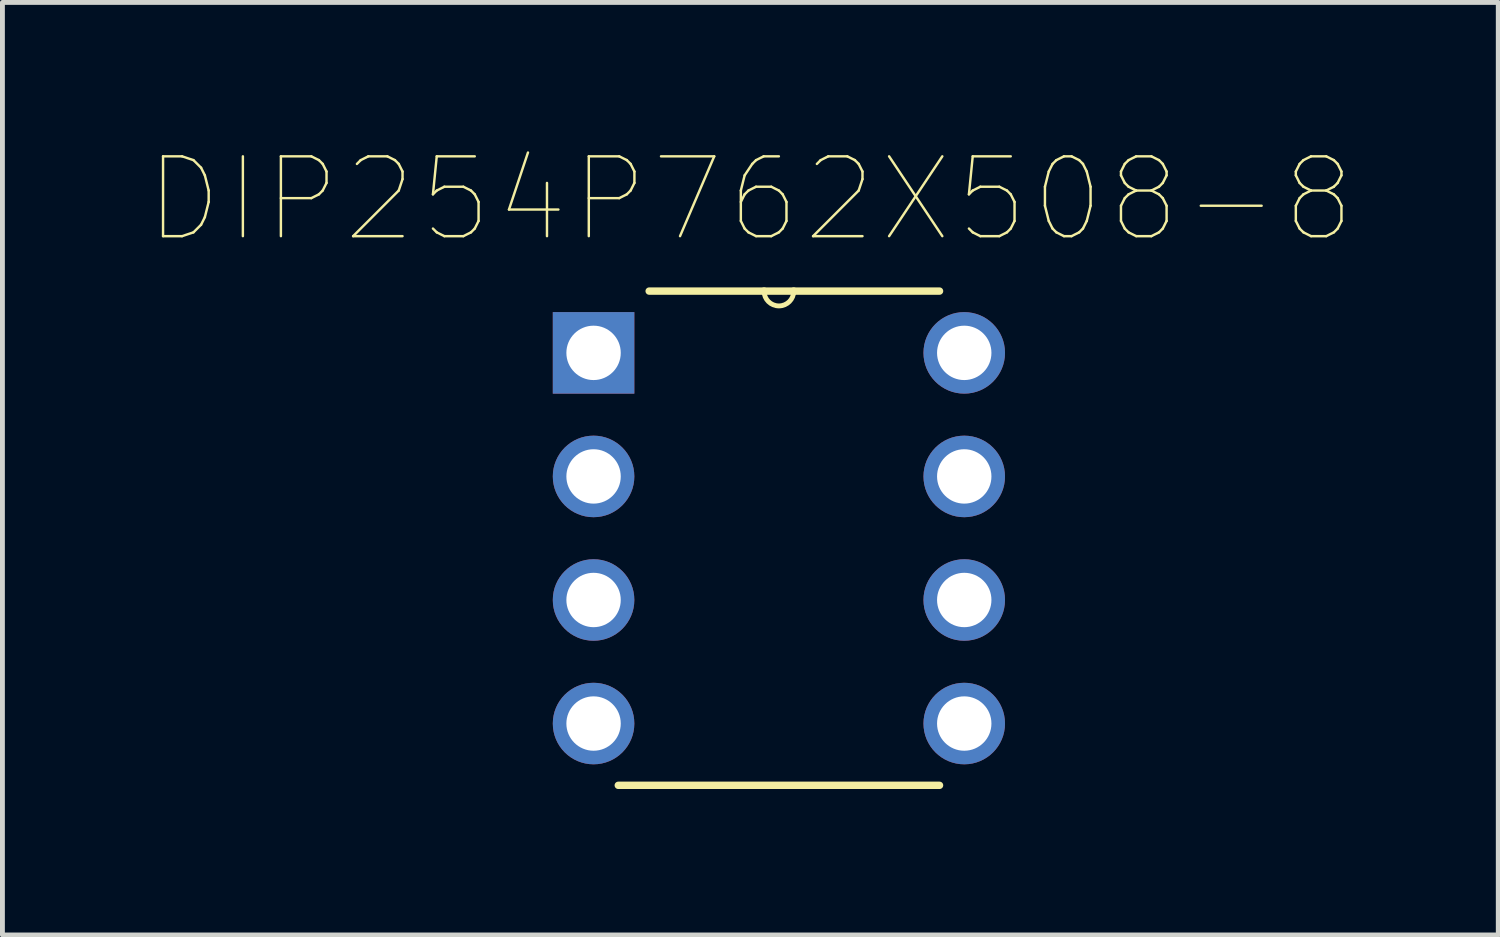
<source format=kicad_pcb>
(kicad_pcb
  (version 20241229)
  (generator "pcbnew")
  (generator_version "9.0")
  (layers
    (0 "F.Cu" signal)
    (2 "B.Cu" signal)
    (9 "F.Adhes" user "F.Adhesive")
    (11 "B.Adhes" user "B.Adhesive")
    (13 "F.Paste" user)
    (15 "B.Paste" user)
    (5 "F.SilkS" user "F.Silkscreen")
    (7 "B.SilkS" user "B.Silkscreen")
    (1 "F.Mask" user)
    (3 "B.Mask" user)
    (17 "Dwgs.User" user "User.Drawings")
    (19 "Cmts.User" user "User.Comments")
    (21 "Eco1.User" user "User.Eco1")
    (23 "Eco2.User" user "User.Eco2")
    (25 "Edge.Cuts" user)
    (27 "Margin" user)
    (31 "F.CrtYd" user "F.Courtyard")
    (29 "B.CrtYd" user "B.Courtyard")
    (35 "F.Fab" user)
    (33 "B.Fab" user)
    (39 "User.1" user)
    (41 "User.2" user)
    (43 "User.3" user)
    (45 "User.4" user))
  (footprint "DIP254P762X508-8"
    (layer "F.Cu")
    (at 16.772 11.824)
    (property "Reference" "DIP254P762X508-8" (at -4.397 -10.776 0) (layer "F.SilkS") (effects (font (size 1.641 1.641) (thickness 0.05))))
    (attr through_hole)
    (fp_line (start -7.112 1.27) (end -0.508 1.27) (stroke (width 0.152) (type solid)) (layer "F.SilkS"))
    (fp_line (start -4.115 -8.89) (end -6.477 -8.89) (stroke (width 0.152) (type solid)) (layer "F.SilkS"))
    (fp_line (start -3.505 -8.89) (end -4.115 -8.89) (stroke (width 0.152) (type solid)) (layer "F.SilkS"))
    (fp_line (start -0.508 -8.89) (end -3.505 -8.89) (stroke (width 0.152) (type solid)) (layer "F.SilkS"))
    (fp_arc (start -3.5052 -8.89) (mid -3.81 -8.5852) (end -4.1148 -8.89) (stroke (width 0.1) (type solid)) (layer "F.SilkS"))
    (fp_line (start -8.179 -8.179) (end -8.179 -7.061) (stroke (width 0.152) (type solid)) (layer "Eco2.User"))
    (fp_line (start -8.179 -7.061) (end -7.112 -7.061) (stroke (width 0.152) (type solid)) (layer "Eco2.User"))
    (fp_line (start -8.179 -5.639) (end -8.179 -4.521) (stroke (width 0.152) (type solid)) (layer "Eco2.User"))
    (fp_line (start -8.179 -4.521) (end -7.112 -4.521) (stroke (width 0.152) (type solid)) (layer "Eco2.User"))
    (fp_line (start -8.179 -3.099) (end -8.179 -1.981) (stroke (width 0.152) (type solid)) (layer "Eco2.User"))
    (fp_line (start -8.179 -1.981) (end -7.112 -1.981) (stroke (width 0.152) (type solid)) (layer "Eco2.User"))
    (fp_line (start -8.179 -0.559) (end -8.179 0.559) (stroke (width 0.152) (type solid)) (layer "Eco2.User"))
    (fp_line (start -8.179 0.559) (end -7.112 0.559) (stroke (width 0.152) (type solid)) (layer "Eco2.User"))
    (fp_line (start -7.112 -8.89) (end -7.112 1.27) (stroke (width 0.152) (type solid)) (layer "Eco2.User"))
    (fp_line (start -7.112 -8.179) (end -8.179 -8.179) (stroke (width 0.152) (type solid)) (layer "Eco2.User"))
    (fp_line (start -7.112 -7.061) (end -7.112 -8.179) (stroke (width 0.152) (type solid)) (layer "Eco2.User"))
    (fp_line (start -7.112 -5.639) (end -8.179 -5.639) (stroke (width 0.152) (type solid)) (layer "Eco2.User"))
    (fp_line (start -7.112 -4.521) (end -7.112 -5.639) (stroke (width 0.152) (type solid)) (layer "Eco2.User"))
    (fp_line (start -7.112 -3.099) (end -8.179 -3.099) (stroke (width 0.152) (type solid)) (layer "Eco2.User"))
    (fp_line (start -7.112 -1.981) (end -7.112 -3.099) (stroke (width 0.152) (type solid)) (layer "Eco2.User"))
    (fp_line (start -7.112 -0.559) (end -8.179 -0.559) (stroke (width 0.152) (type solid)) (layer "Eco2.User"))
    (fp_line (start -7.112 0.559) (end -7.112 -0.559) (stroke (width 0.152) (type solid)) (layer "Eco2.User"))
    (fp_line (start -7.112 1.27) (end -0.508 1.27) (stroke (width 0.152) (type solid)) (layer "Eco2.User"))
    (fp_line (start -4.115 -8.89) (end -7.112 -8.89) (stroke (width 0.152) (type solid)) (layer "Eco2.User"))
    (fp_line (start -3.505 -8.89) (end -4.115 -8.89) (stroke (width 0.152) (type solid)) (layer "Eco2.User"))
    (fp_line (start -0.508 -8.89) (end -3.505 -8.89) (stroke (width 0.152) (type solid)) (layer "Eco2.User"))
    (fp_line (start -0.508 -8.179) (end -0.508 -7.061) (stroke (width 0.152) (type solid)) (layer "Eco2.User"))
    (fp_line (start -0.508 -7.061) (end 0.559 -7.061) (stroke (width 0.152) (type solid)) (layer "Eco2.User"))
    (fp_line (start -0.508 -5.639) (end -0.508 -4.521) (stroke (width 0.152) (type solid)) (layer "Eco2.User"))
    (fp_line (start -0.508 -4.521) (end 0.559 -4.521) (stroke (width 0.152) (type solid)) (layer "Eco2.User"))
    (fp_line (start -0.508 -3.099) (end -0.508 -1.981) (stroke (width 0.152) (type solid)) (layer "Eco2.User"))
    (fp_line (start -0.508 -1.981) (end 0.559 -1.981) (stroke (width 0.152) (type solid)) (layer "Eco2.User"))
    (fp_line (start -0.508 -0.559) (end -0.508 0.559) (stroke (width 0.152) (type solid)) (layer "Eco2.User"))
    (fp_line (start -0.508 0.559) (end 0.559 0.559) (stroke (width 0.152) (type solid)) (layer "Eco2.User"))
    (fp_line (start -0.508 1.27) (end -0.508 -8.89) (stroke (width 0.152) (type solid)) (layer "Eco2.User"))
    (fp_line (start 0.559 -8.179) (end -0.508 -8.179) (stroke (width 0.152) (type solid)) (layer "Eco2.User"))
    (fp_line (start 0.559 -7.061) (end 0.559 -8.179) (stroke (width 0.152) (type solid)) (layer "Eco2.User"))
    (fp_line (start 0.559 -5.639) (end -0.508 -5.639) (stroke (width 0.152) (type solid)) (layer "Eco2.User"))
    (fp_line (start 0.559 -4.521) (end 0.559 -5.639) (stroke (width 0.152) (type solid)) (layer "Eco2.User"))
    (fp_line (start 0.559 -3.099) (end -0.508 -3.099) (stroke (width 0.152) (type solid)) (layer "Eco2.User"))
    (fp_line (start 0.559 -1.981) (end 0.559 -3.099) (stroke (width 0.152) (type solid)) (layer "Eco2.User"))
    (fp_line (start 0.559 -0.559) (end -0.508 -0.559) (stroke (width 0.152) (type solid)) (layer "Eco2.User"))
    (fp_line (start 0.559 0.559) (end 0.559 -0.559) (stroke (width 0.152) (type solid)) (layer "Eco2.User"))
    (fp_arc (start -3.5052 -8.89) (mid -3.81 -8.5852) (end -4.1148 -8.89) (stroke (width 0.1) (type solid)) (layer "Eco2.User"))
    (pad "1" thru_hole rect (at -7.62 -7.62) (size 1.676 1.676) (drill 1.118) (layers "*.Cu" "*.Mask"))
    (pad "2" thru_hole circle (at -7.62 -5.08) (size 1.676 1.676) (drill 1.118) (layers "*.Cu" "*.Mask"))
    (pad "3" thru_hole circle (at -7.62 -2.54) (size 1.676 1.676) (drill 1.118) (layers "*.Cu" "*.Mask"))
    (pad "4" thru_hole circle (at -7.62 0) (size 1.676 1.676) (drill 1.118) (layers "*.Cu" "*.Mask"))
    (pad "5" thru_hole circle (at 0 0) (size 1.676 1.676) (drill 1.118) (layers "*.Cu" "*.Mask"))
    (pad "6" thru_hole circle (at 0 -2.54) (size 1.676 1.676) (drill 1.118) (layers "*.Cu" "*.Mask"))
    (pad "7" thru_hole circle (at 0 -5.08) (size 1.676 1.676) (drill 1.118) (layers "*.Cu" "*.Mask"))
    (pad "8" thru_hole circle (at 0 -7.62) (size 1.676 1.676) (drill 1.118) (layers "*.Cu" "*.Mask")))
  (gr_rect
    (start -3 -3)
    (end 27.75 16.17)
    (stroke (width 0.1) (type default))
    (fill no)
    (layer "Edge.Cuts")))
</source>
